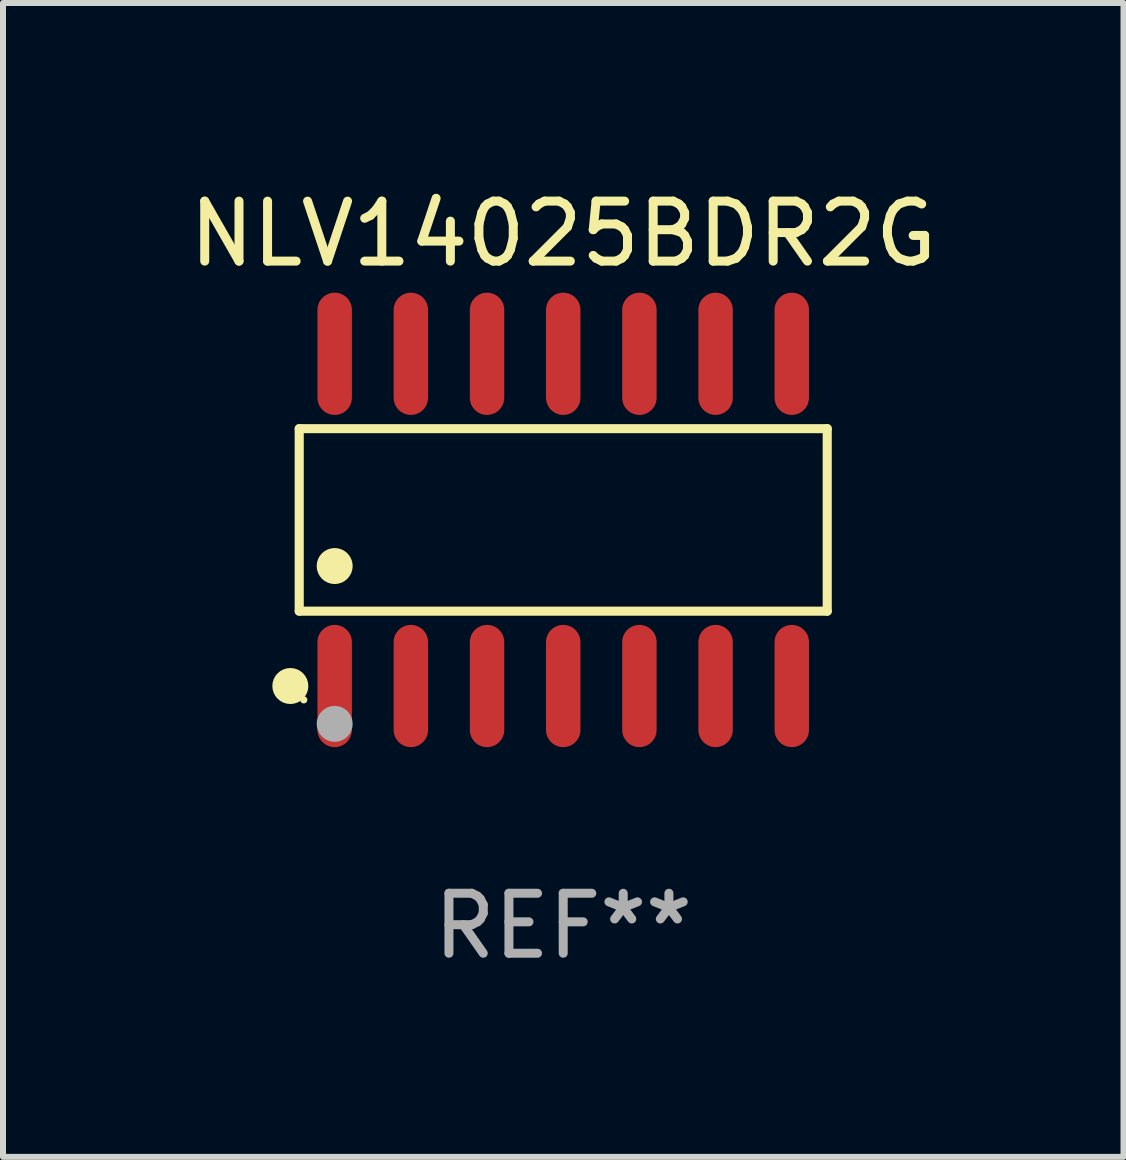
<source format=kicad_pcb>
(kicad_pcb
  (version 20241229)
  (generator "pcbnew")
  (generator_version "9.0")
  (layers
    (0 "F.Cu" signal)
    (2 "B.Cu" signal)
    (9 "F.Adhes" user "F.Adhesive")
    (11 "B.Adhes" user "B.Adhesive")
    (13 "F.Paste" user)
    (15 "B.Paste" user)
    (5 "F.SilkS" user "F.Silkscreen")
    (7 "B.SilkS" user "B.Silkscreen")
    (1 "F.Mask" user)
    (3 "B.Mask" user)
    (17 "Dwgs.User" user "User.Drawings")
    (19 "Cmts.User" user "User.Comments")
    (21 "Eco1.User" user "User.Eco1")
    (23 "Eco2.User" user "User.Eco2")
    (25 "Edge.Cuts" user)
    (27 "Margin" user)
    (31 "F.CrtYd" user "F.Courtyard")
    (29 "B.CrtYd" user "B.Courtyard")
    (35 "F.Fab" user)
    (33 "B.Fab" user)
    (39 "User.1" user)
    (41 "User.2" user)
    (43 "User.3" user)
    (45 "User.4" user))
  (footprint "NLV14025BDR2G"
    (layer "F.Cu")
    (at 6.339 5.617)
    (property "Reference" "NLV14025BDR2G" (at 0 -4.769 0) (layer "F.SilkS") (effects (font (size 1 1) (thickness 0.15))))
    (attr through_hole)
    (fp_line (start -4.401 -1.521) (end 4.401 -1.521) (stroke (width 0.152) (type solid)) (layer "F.SilkS"))
    (fp_line (start -4.401 1.521) (end -4.401 -1.521) (stroke (width 0.152) (type solid)) (layer "F.SilkS"))
    (fp_line (start 4.401 -1.521) (end 4.401 1.521) (stroke (width 0.152) (type solid)) (layer "F.SilkS"))
    (fp_line (start 4.401 1.521) (end -4.401 1.521) (stroke (width 0.152) (type solid)) (layer "F.SilkS"))
    (fp_circle (center -4.549 2.769) (end -4.399 2.769) (stroke (width 0.3) (type solid)) (fill no) (layer "F.SilkS"))
    (fp_circle (center -4.325 3) (end -4.295 3) (stroke (width 0.06) (type solid)) (fill no) (layer "F.SilkS"))
    (fp_circle (center -3.81 0.769) (end -3.66 0.769) (stroke (width 0.3) (type solid)) (fill no) (layer "F.SilkS"))
    (fp_circle (center -3.81 3.4) (end -3.66 3.4) (stroke (width 0.3) (type solid)) (fill no) (layer "F.Fab"))
    (fp_text user "REF**" (at 0 6.769 0) (layer "F.Fab") (effects (font (size 1 1) (thickness 0.15))))
    (pad "1" smd oval (at -3.81 2.769) (size 0.574 2.038) (layers "F.Cu" "F.Mask" "F.Paste"))
    (pad "2" smd oval (at -2.54 2.769) (size 0.574 2.038) (layers "F.Cu" "F.Mask" "F.Paste"))
    (pad "3" smd oval (at -1.27 2.769) (size 0.574 2.038) (layers "F.Cu" "F.Mask" "F.Paste"))
    (pad "4" smd oval (at 0 2.769) (size 0.574 2.038) (layers "F.Cu" "F.Mask" "F.Paste"))
    (pad "5" smd oval (at 1.27 2.769) (size 0.574 2.038) (layers "F.Cu" "F.Mask" "F.Paste"))
    (pad "6" smd oval (at 2.54 2.769) (size 0.574 2.038) (layers "F.Cu" "F.Mask" "F.Paste"))
    (pad "7" smd oval (at 3.81 2.769) (size 0.574 2.038) (layers "F.Cu" "F.Mask" "F.Paste"))
    (pad "8" smd oval (at 3.81 -2.769) (size 0.574 2.038) (layers "F.Cu" "F.Mask" "F.Paste"))
    (pad "9" smd oval (at 2.54 -2.769) (size 0.574 2.038) (layers "F.Cu" "F.Mask" "F.Paste"))
    (pad "10" smd oval (at 1.27 -2.769) (size 0.574 2.038) (layers "F.Cu" "F.Mask" "F.Paste"))
    (pad "11" smd oval (at 0 -2.769) (size 0.574 2.038) (layers "F.Cu" "F.Mask" "F.Paste"))
    (pad "12" smd oval (at -1.27 -2.769) (size 0.574 2.038) (layers "F.Cu" "F.Mask" "F.Paste"))
    (pad "13" smd oval (at -2.54 -2.769) (size 0.574 2.038) (layers "F.Cu" "F.Mask" "F.Paste"))
    (pad "14" smd oval (at -3.81 -2.769) (size 0.574 2.038) (layers "F.Cu" "F.Mask" "F.Paste")))
  (gr_rect
    (start -3 -3)
    (end 15.679 16.235)
    (stroke (width 0.1) (type default))
    (fill no)
    (layer "Edge.Cuts")))
</source>
